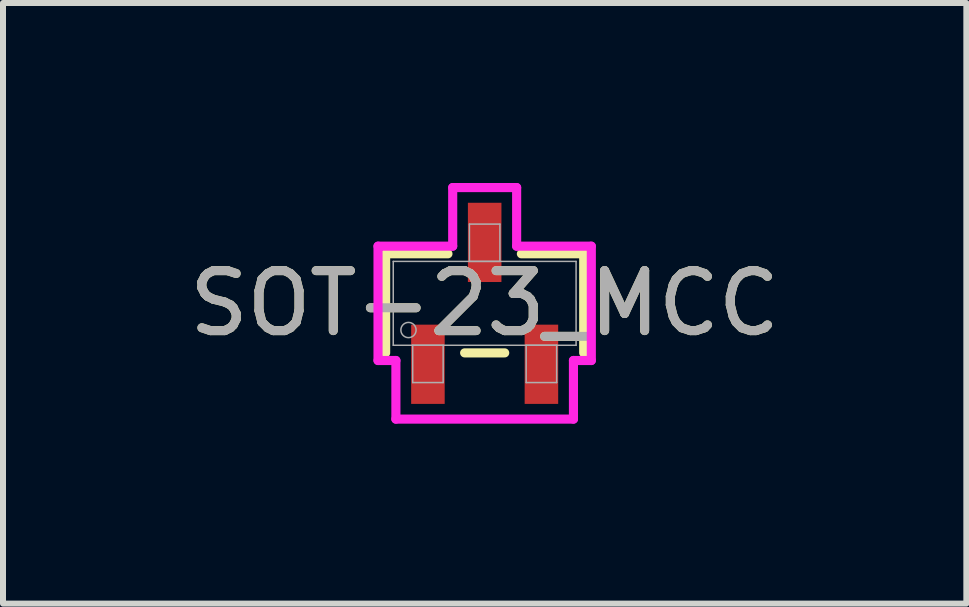
<source format=kicad_pcb>
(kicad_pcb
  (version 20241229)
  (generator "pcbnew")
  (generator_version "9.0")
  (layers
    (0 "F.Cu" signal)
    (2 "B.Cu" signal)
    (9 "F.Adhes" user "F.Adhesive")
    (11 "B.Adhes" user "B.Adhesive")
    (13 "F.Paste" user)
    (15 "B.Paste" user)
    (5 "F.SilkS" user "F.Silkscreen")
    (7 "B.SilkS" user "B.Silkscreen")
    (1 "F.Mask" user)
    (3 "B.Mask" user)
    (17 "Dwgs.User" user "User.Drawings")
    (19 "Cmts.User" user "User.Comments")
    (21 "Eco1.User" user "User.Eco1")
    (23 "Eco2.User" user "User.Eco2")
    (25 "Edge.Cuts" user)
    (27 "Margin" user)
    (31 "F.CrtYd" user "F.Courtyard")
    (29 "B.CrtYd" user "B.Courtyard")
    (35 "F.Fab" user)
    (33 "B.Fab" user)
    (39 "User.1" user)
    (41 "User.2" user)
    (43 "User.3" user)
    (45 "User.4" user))
  (footprint "SOT-23_MCC"
    (layer "F.Cu")
    (at 5.03 2.007)
    (property "Reference" "SOT-23_MCC" (at 0 0 0) (unlocked yes) (layer "F.SilkS") (effects (font (size 1 1) (thickness 0.15))))
    (attr smd)
    (fp_line (start -1.651 -0.826) (end -1.651 0.826) (stroke (width 0.152) (type solid)) (layer "F.SilkS"))
    (fp_line (start -0.612 -0.826) (end -1.651 -0.826) (stroke (width 0.152) (type solid)) (layer "F.SilkS"))
    (fp_line (start -0.334 0.826) (end 0.334 0.826) (stroke (width 0.152) (type solid)) (layer "F.SilkS"))
    (fp_line (start 1.651 -0.826) (end 0.612 -0.826) (stroke (width 0.152) (type solid)) (layer "F.SilkS"))
    (fp_line (start 1.651 0.826) (end 1.651 -0.826) (stroke (width 0.152) (type solid)) (layer "F.SilkS"))
    (fp_line (start -1.778 -0.953) (end -0.533 -0.953) (stroke (width 0.152) (type solid)) (layer "F.CrtYd"))
    (fp_line (start -1.778 0.953) (end -1.778 -0.953) (stroke (width 0.152) (type solid)) (layer "F.CrtYd"))
    (fp_line (start -1.778 0.953) (end -1.48 0.953) (stroke (width 0.152) (type solid)) (layer "F.CrtYd"))
    (fp_line (start -1.48 0.953) (end -1.48 1.93) (stroke (width 0.152) (type solid)) (layer "F.CrtYd"))
    (fp_line (start -1.48 1.93) (end 1.48 1.93) (stroke (width 0.152) (type solid)) (layer "F.CrtYd"))
    (fp_line (start -0.533 -1.93) (end 0.533 -1.93) (stroke (width 0.152) (type solid)) (layer "F.CrtYd"))
    (fp_line (start -0.533 -0.953) (end -0.533 -1.93) (stroke (width 0.152) (type solid)) (layer "F.CrtYd"))
    (fp_line (start 0.533 -0.953) (end 0.533 -1.93) (stroke (width 0.152) (type solid)) (layer "F.CrtYd"))
    (fp_line (start 1.48 0.953) (end 1.48 1.93) (stroke (width 0.152) (type solid)) (layer "F.CrtYd"))
    (fp_line (start 1.778 -0.953) (end 0.533 -0.953) (stroke (width 0.152) (type solid)) (layer "F.CrtYd"))
    (fp_line (start 1.778 -0.953) (end 1.778 0.953) (stroke (width 0.152) (type solid)) (layer "F.CrtYd"))
    (fp_line (start 1.778 0.953) (end 1.48 0.953) (stroke (width 0.152) (type solid)) (layer "F.CrtYd"))
    (fp_line (start -1.524 -0.699) (end -1.524 0.699) (stroke (width 0.025) (type solid)) (layer "F.Fab"))
    (fp_line (start -1.524 0.699) (end 1.524 0.699) (stroke (width 0.025) (type solid)) (layer "F.Fab"))
    (fp_line (start -1.2 0.699) (end -1.2 1.321) (stroke (width 0.025) (type solid)) (layer "F.Fab"))
    (fp_line (start -1.2 1.321) (end -0.692 1.321) (stroke (width 0.025) (type solid)) (layer "F.Fab"))
    (fp_line (start -0.692 0.699) (end -1.2 0.699) (stroke (width 0.025) (type solid)) (layer "F.Fab"))
    (fp_line (start -0.692 1.321) (end -0.692 0.699) (stroke (width 0.025) (type solid)) (layer "F.Fab"))
    (fp_line (start -0.254 -1.321) (end -0.254 -0.699) (stroke (width 0.025) (type solid)) (layer "F.Fab"))
    (fp_line (start -0.254 -0.699) (end 0.254 -0.699) (stroke (width 0.025) (type solid)) (layer "F.Fab"))
    (fp_line (start 0.254 -1.321) (end -0.254 -1.321) (stroke (width 0.025) (type solid)) (layer "F.Fab"))
    (fp_line (start 0.254 -0.699) (end 0.254 -1.321) (stroke (width 0.025) (type solid)) (layer "F.Fab"))
    (fp_line (start 0.692 0.699) (end 0.692 1.321) (stroke (width 0.025) (type solid)) (layer "F.Fab"))
    (fp_line (start 0.692 1.321) (end 1.2 1.321) (stroke (width 0.025) (type solid)) (layer "F.Fab"))
    (fp_line (start 1.2 0.699) (end 0.692 0.699) (stroke (width 0.025) (type solid)) (layer "F.Fab"))
    (fp_line (start 1.2 1.321) (end 1.2 0.699) (stroke (width 0.025) (type solid)) (layer "F.Fab"))
    (fp_line (start 1.524 -0.699) (end -1.524 -0.699) (stroke (width 0.025) (type solid)) (layer "F.Fab"))
    (fp_line (start 1.524 0.699) (end 1.524 -0.699) (stroke (width 0.025) (type solid)) (layer "F.Fab"))
    (fp_circle (center -1.27 0.445) (end -1.143 0.445) (stroke (width 0.025) (type solid)) (fill no) (layer "F.Fab"))
    (fp_text user "${REFERENCE}" (at 0 0 0) (unlocked yes) (layer "F.Fab") (effects (font (size 1 1) (thickness 0.15))))
    (pad "1" smd rect (at -0.946 1.016) (size 0.559 1.321) (layers "F.Cu" "F.Mask" "F.Paste"))
    (pad "2" smd rect (at 0.946 1.016) (size 0.559 1.321) (layers "F.Cu" "F.Mask" "F.Paste"))
    (pad "3" smd rect (at 0 -1.016) (size 0.559 1.321) (layers "F.Cu" "F.Mask" "F.Paste")))
  (gr_rect
    (start -3 -3)
    (end 13.06 7.013)
    (stroke (width 0.1) (type default))
    (fill no)
    (layer "Edge.Cuts")))
</source>
